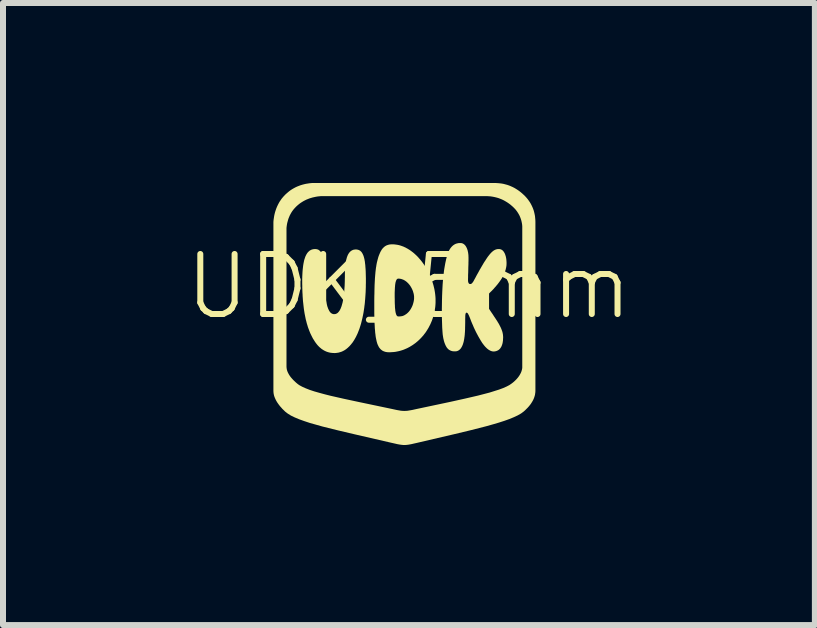
<source format=kicad_pcb>
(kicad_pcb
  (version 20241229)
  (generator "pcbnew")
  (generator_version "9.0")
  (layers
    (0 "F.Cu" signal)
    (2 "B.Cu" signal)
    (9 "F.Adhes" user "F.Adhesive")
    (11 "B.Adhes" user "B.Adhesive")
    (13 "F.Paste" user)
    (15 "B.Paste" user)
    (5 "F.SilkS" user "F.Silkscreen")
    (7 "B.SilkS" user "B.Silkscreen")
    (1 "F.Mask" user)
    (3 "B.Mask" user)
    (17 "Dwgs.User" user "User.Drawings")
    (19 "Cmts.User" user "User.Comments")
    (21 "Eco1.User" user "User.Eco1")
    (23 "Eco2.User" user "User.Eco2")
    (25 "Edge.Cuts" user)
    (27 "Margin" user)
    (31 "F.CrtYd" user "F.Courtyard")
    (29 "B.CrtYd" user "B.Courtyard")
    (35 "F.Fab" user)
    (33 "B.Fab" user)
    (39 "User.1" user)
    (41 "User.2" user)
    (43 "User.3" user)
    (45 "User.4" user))
  (footprint "UDK_5mm"
    (layer "F.Cu")
    (at 3.764 2.225)
    (property "Reference" "UDK_5mm" (at 0 -0.5 0) (unlocked yes) (layer "F.SilkS") (effects (font (size 1 1) (thickness 0.1))))
    (attr smd)
    (fp_poly (pts (xy 1.485 -2.223) (xy 1.517 -2.22) (xy 1.549 -2.216) (xy 1.58 -2.21) (xy 1.61 -2.202) (xy 1.64 -2.194) (xy 1.669 -2.184) (xy 1.698 -2.172) (xy 1.727 -2.159) (xy 1.755 -2.145) (xy 1.782 -2.129) (xy 1.809 -2.112) (xy 1.835 -2.094) (xy 1.861 -2.074) (xy 1.886 -2.053) (xy 1.911 -2.03) (xy 1.935 -2.007) (xy 1.957 -1.983) (xy 1.978 -1.958) (xy 1.997 -1.932) (xy 2.015 -1.906) (xy 2.031 -1.879) (xy 2.045 -1.852) (xy 2.058 -1.824) (xy 2.07 -1.795) (xy 2.08 -1.766) (xy 2.088 -1.736) (xy 2.095 -1.705) (xy 2.101 -1.674) (xy 2.104 -1.642) (xy 2.107 -1.609) (xy 2.108 -1.576) (xy 2.108 1.237) (xy 2.107 1.26) (xy 2.104 1.282) (xy 2.101 1.304) (xy 2.095 1.326) (xy 2.088 1.348) (xy 2.08 1.369) (xy 2.07 1.391) (xy 2.058 1.413) (xy 2.045 1.434) (xy 2.031 1.456) (xy 2.015 1.477) (xy 1.997 1.499) (xy 1.978 1.52) (xy 1.957 1.541) (xy 1.935 1.563) (xy 1.911 1.584) (xy 1.891 1.599) (xy 1.869 1.615) (xy 1.815 1.646) (xy 1.751 1.676) (xy 1.677 1.707) (xy 1.593 1.737) (xy 1.5 1.767) (xy 1.398 1.797) (xy 1.288 1.828) (xy 1.042 1.891) (xy 0.768 1.957) (xy 0.143 2.103) (xy 0.072 2.119) (xy 0.042 2.126) (xy 0.015 2.131) (xy -0.009 2.135) (xy -0.032 2.138) (xy -0.054 2.14) (xy -0.075 2.14) (xy -0.097 2.14) (xy -0.118 2.138) (xy -0.141 2.135) (xy -0.166 2.131) (xy -0.193 2.126) (xy -0.223 2.119) (xy -0.294 2.103) (xy -0.918 1.959) (xy -1.193 1.894) (xy -1.438 1.833) (xy -1.651 1.773) (xy -1.744 1.742) (xy -1.828 1.712) (xy -1.902 1.681) (xy -1.966 1.65) (xy -2.019 1.617) (xy -2.062 1.584) (xy -2.085 1.561) (xy -2.108 1.539) (xy -2.128 1.516) (xy -2.148 1.494) (xy -2.165 1.472) (xy -2.181 1.45) (xy -2.196 1.428) (xy -2.209 1.406) (xy -2.22 1.385) (xy -2.23 1.363) (xy -2.239 1.342) (xy -2.246 1.321) (xy -2.251 1.3) (xy -2.255 1.279) (xy -2.257 1.258) (xy -2.258 1.237) (xy -2.258 -1.475) (xy -2.04 -1.475) (xy -2.04 0.832) (xy -2.039 0.849) (xy -2.037 0.866) (xy -2.034 0.884) (xy -2.029 0.901) (xy -2.023 0.918) (xy -2.015 0.936) (xy -2.006 0.953) (xy -1.996 0.971) (xy -1.984 0.989) (xy -1.971 1.007) (xy -1.956 1.025) (xy -1.94 1.043) (xy -1.923 1.061) (xy -1.904 1.079) (xy -1.884 1.098) (xy -1.863 1.116) (xy -1.845 1.13) (xy -1.825 1.144) (xy -1.777 1.17) (xy -1.719 1.196) (xy -1.653 1.222) (xy -1.577 1.247) (xy -1.493 1.271) (xy -1.401 1.296) (xy -1.302 1.321) (xy -1.081 1.371) (xy -0.834 1.424) (xy -0.272 1.542) (xy -0.208 1.556) (xy -0.181 1.561) (xy -0.157 1.565) (xy -0.135 1.569) (xy -0.114 1.571) (xy -0.094 1.572) (xy -0.075 1.573) (xy -0.056 1.572) (xy -0.036 1.571) (xy -0.016 1.569) (xy 0.006 1.565) (xy 0.031 1.561) (xy 0.058 1.556) (xy 0.121 1.542) (xy 0.683 1.423) (xy 0.931 1.368) (xy 1.151 1.317) (xy 1.343 1.267) (xy 1.502 1.217) (xy 1.569 1.192) (xy 1.626 1.167) (xy 1.674 1.142) (xy 1.712 1.116) (xy 1.734 1.099) (xy 1.754 1.082) (xy 1.773 1.064) (xy 1.79 1.047) (xy 1.806 1.029) (xy 1.82 1.012) (xy 1.833 0.994) (xy 1.845 0.976) (xy 1.855 0.958) (xy 1.864 0.941) (xy 1.872 0.923) (xy 1.878 0.905) (xy 1.883 0.887) (xy 1.887 0.869) (xy 1.889 0.851) (xy 1.889 0.832) (xy 1.889 -1.475) (xy 1.889 -1.502) (xy 1.887 -1.529) (xy 1.883 -1.555) (xy 1.878 -1.58) (xy 1.872 -1.605) (xy 1.864 -1.63) (xy 1.855 -1.654) (xy 1.845 -1.678) (xy 1.833 -1.701) (xy 1.82 -1.723) (xy 1.806 -1.745) (xy 1.79 -1.767) (xy 1.773 -1.788) (xy 1.754 -1.808) (xy 1.734 -1.828) (xy 1.712 -1.847) (xy 1.69 -1.866) (xy 1.667 -1.883) (xy 1.644 -1.899) (xy 1.62 -1.914) (xy 1.596 -1.928) (xy 1.572 -1.941) (xy 1.546 -1.953) (xy 1.521 -1.963) (xy 1.495 -1.973) (xy 1.468 -1.981) (xy 1.441 -1.988) (xy 1.414 -1.994) (xy 1.386 -1.999) (xy 1.358 -2.003) (xy 1.329 -2.005) (xy 1.3 -2.007) (xy -1.463 -2.007) (xy -1.493 -2.004) (xy -1.522 -2.001) (xy -1.551 -1.996) (xy -1.579 -1.99) (xy -1.606 -1.984) (xy -1.633 -1.976) (xy -1.659 -1.968) (xy -1.684 -1.958) (xy -1.709 -1.948) (xy -1.733 -1.936) (xy -1.756 -1.924) (xy -1.779 -1.91) (xy -1.801 -1.896) (xy -1.822 -1.881) (xy -1.843 -1.864) (xy -1.863 -1.847) (xy -1.882 -1.829) (xy -1.9 -1.81) (xy -1.917 -1.791) (xy -1.933 -1.771) (xy -1.948 -1.75) (xy -1.962 -1.728) (xy -1.974 -1.706) (xy -1.986 -1.683) (xy -1.996 -1.659) (xy -2.006 -1.635) (xy -2.014 -1.61) (xy -2.021 -1.584) (xy -2.028 -1.558) (xy -2.033 -1.531) (xy -2.037 -1.503) (xy -2.04 -1.475) (xy -2.258 -1.475) (xy -2.258 -1.576) (xy -2.255 -1.611) (xy -2.25 -1.645) (xy -2.245 -1.678) (xy -2.238 -1.71) (xy -2.23 -1.741) (xy -2.22 -1.772) (xy -2.21 -1.801) (xy -2.198 -1.83) (xy -2.185 -1.858) (xy -2.171 -1.885) (xy -2.156 -1.912) (xy -2.139 -1.937) (xy -2.122 -1.962) (xy -2.103 -1.985) (xy -2.083 -2.008) (xy -2.062 -2.03) (xy -2.039 -2.051) (xy -2.016 -2.071) (xy -1.993 -2.09) (xy -1.968 -2.108) (xy -1.943 -2.124) (xy -1.917 -2.139) (xy -1.891 -2.153) (xy -1.863 -2.166) (xy -1.835 -2.177) (xy -1.806 -2.188) (xy -1.776 -2.197) (xy -1.746 -2.205) (xy -1.715 -2.212) (xy -1.683 -2.217) (xy -1.65 -2.222) (xy -1.617 -2.225) (xy 1.453 -2.225)) (stroke (width 0) (type solid)) (fill yes) (layer "F.SilkS"))
    (fp_poly (pts (xy -1.555 -1.125) (xy -1.548 -1.124) (xy -1.542 -1.124) (xy -1.536 -1.122) (xy -1.53 -1.121) (xy -1.524 -1.119) (xy -1.518 -1.117) (xy -1.512 -1.115) (xy -1.507 -1.112) (xy -1.502 -1.109) (xy -1.497 -1.105) (xy -1.492 -1.101) (xy -1.487 -1.097) (xy -1.482 -1.093) (xy -1.477 -1.088) (xy -1.473 -1.083) (xy -1.469 -1.078) (xy -1.465 -1.072) (xy -1.461 -1.066) (xy -1.457 -1.059) (xy -1.453 -1.052) (xy -1.449 -1.044) (xy -1.446 -1.036) (xy -1.443 -1.028) (xy -1.439 -1.019) (xy -1.436 -1.01) (xy -1.433 -1) (xy -1.431 -0.99) (xy -1.428 -0.98) (xy -1.425 -0.969) (xy -1.421 -0.946) (xy -1.417 -0.921) (xy -1.413 -0.894) (xy -1.41 -0.865) (xy -1.408 -0.834) (xy -1.406 -0.801) (xy -1.405 -0.766) (xy -1.404 -0.729) (xy -1.404 -0.689) (xy -1.403 -0.642) (xy -1.403 -0.594) (xy -1.403 -0.571) (xy -1.402 -0.547) (xy -1.401 -0.524) (xy -1.401 -0.501) (xy -1.4 -0.479) (xy -1.399 -0.457) (xy -1.397 -0.435) (xy -1.396 -0.413) (xy -1.395 -0.392) (xy -1.393 -0.371) (xy -1.391 -0.351) (xy -1.389 -0.331) (xy -1.387 -0.312) (xy -1.384 -0.293) (xy -1.382 -0.275) (xy -1.379 -0.258) (xy -1.374 -0.234) (xy -1.37 -0.211) (xy -1.367 -0.2) (xy -1.364 -0.19) (xy -1.362 -0.179) (xy -1.359 -0.169) (xy -1.356 -0.16) (xy -1.352 -0.15) (xy -1.349 -0.141) (xy -1.346 -0.132) (xy -1.342 -0.124) (xy -1.338 -0.115) (xy -1.334 -0.108) (xy -1.331 -0.1) (xy -1.326 -0.093) (xy -1.322 -0.086) (xy -1.318 -0.08) (xy -1.313 -0.074) (xy -1.308 -0.068) (xy -1.303 -0.063) (xy -1.298 -0.059) (xy -1.293 -0.055) (xy -1.288 -0.052) (xy -1.282 -0.049) (xy -1.276 -0.046) (xy -1.27 -0.044) (xy -1.264 -0.042) (xy -1.258 -0.041) (xy -1.251 -0.04) (xy -1.244 -0.04) (xy -1.24 -0.04) (xy -1.236 -0.041) (xy -1.231 -0.041) (xy -1.227 -0.042) (xy -1.223 -0.043) (xy -1.219 -0.044) (xy -1.215 -0.045) (xy -1.211 -0.047) (xy -1.207 -0.049) (xy -1.203 -0.051) (xy -1.199 -0.053) (xy -1.195 -0.055) (xy -1.192 -0.058) (xy -1.188 -0.061) (xy -1.184 -0.064) (xy -1.181 -0.067) (xy -1.178 -0.071) (xy -1.174 -0.075) (xy -1.171 -0.078) (xy -1.168 -0.082) (xy -1.165 -0.087) (xy -1.161 -0.091) (xy -1.158 -0.095) (xy -1.155 -0.1) (xy -1.152 -0.105) (xy -1.15 -0.11) (xy -1.147 -0.115) (xy -1.144 -0.12) (xy -1.141 -0.126) (xy -1.139 -0.131) (xy -1.136 -0.137) (xy -1.134 -0.143) (xy -1.129 -0.155) (xy -1.124 -0.168) (xy -1.12 -0.181) (xy -1.116 -0.195) (xy -1.112 -0.209) (xy -1.108 -0.224) (xy -1.104 -0.239) (xy -1.101 -0.255) (xy -1.096 -0.278) (xy -1.092 -0.302) (xy -1.088 -0.326) (xy -1.085 -0.351) (xy -1.082 -0.376) (xy -1.079 -0.403) (xy -1.077 -0.429) (xy -1.075 -0.456) (xy -1.073 -0.484) (xy -1.071 -0.511) (xy -1.07 -0.54) (xy -1.069 -0.568) (xy -1.068 -0.596) (xy -1.068 -0.625) (xy -1.067 -0.653) (xy -1.067 -0.681) (xy -1.067 -0.72) (xy -1.066 -0.756) (xy -1.064 -0.791) (xy -1.062 -0.824) (xy -1.059 -0.855) (xy -1.056 -0.883) (xy -1.052 -0.91) (xy -1.047 -0.935) (xy -1.044 -0.947) (xy -1.041 -0.958) (xy -1.038 -0.969) (xy -1.035 -0.98) (xy -1.032 -0.99) (xy -1.028 -1) (xy -1.025 -1.009) (xy -1.021 -1.018) (xy -1.017 -1.027) (xy -1.013 -1.035) (xy -1.009 -1.042) (xy -1.004 -1.05) (xy -1 -1.056) (xy -0.995 -1.063) (xy -0.99 -1.069) (xy -0.985 -1.075) (xy -0.98 -1.08) (xy -0.975 -1.085) (xy -0.969 -1.089) (xy -0.964 -1.094) (xy -0.958 -1.097) (xy -0.952 -1.101) (xy -0.946 -1.104) (xy -0.94 -1.107) (xy -0.934 -1.11) (xy -0.927 -1.112) (xy -0.92 -1.114) (xy -0.914 -1.115) (xy -0.907 -1.116) (xy -0.9 -1.117) (xy -0.893 -1.118) (xy -0.885 -1.118) (xy -0.877 -1.118) (xy -0.869 -1.117) (xy -0.861 -1.116) (xy -0.857 -1.115) (xy -0.853 -1.114) (xy -0.849 -1.113) (xy -0.846 -1.112) (xy -0.842 -1.111) (xy -0.838 -1.11) (xy -0.835 -1.109) (xy -0.832 -1.107) (xy -0.828 -1.105) (xy -0.825 -1.104) (xy -0.822 -1.102) (xy -0.818 -1.1) (xy -0.815 -1.098) (xy -0.812 -1.096) (xy -0.809 -1.094) (xy -0.806 -1.091) (xy -0.804 -1.089) (xy -0.801 -1.086) (xy -0.798 -1.083) (xy -0.795 -1.081) (xy -0.793 -1.078) (xy -0.79 -1.075) (xy -0.785 -1.068) (xy -0.781 -1.061) (xy -0.776 -1.054) (xy -0.772 -1.046) (xy -0.768 -1.038) (xy -0.764 -1.029) (xy -0.76 -1.02) (xy -0.756 -1.01) (xy -0.753 -1) (xy -0.75 -0.99) (xy -0.747 -0.979) (xy -0.744 -0.967) (xy -0.741 -0.955) (xy -0.739 -0.943) (xy -0.734 -0.916) (xy -0.731 -0.888) (xy -0.727 -0.858) (xy -0.725 -0.826) (xy -0.722 -0.791) (xy -0.72 -0.755) (xy -0.719 -0.717) (xy -0.718 -0.677) (xy -0.717 -0.635) (xy -0.717 -0.59) (xy -0.717 -0.559) (xy -0.718 -0.528) (xy -0.718 -0.497) (xy -0.719 -0.467) (xy -0.72 -0.436) (xy -0.721 -0.406) (xy -0.723 -0.376) (xy -0.725 -0.347) (xy -0.727 -0.318) (xy -0.729 -0.289) (xy -0.732 -0.26) (xy -0.734 -0.232) (xy -0.737 -0.204) (xy -0.741 -0.176) (xy -0.744 -0.149) (xy -0.748 -0.122) (xy -0.752 -0.096) (xy -0.756 -0.069) (xy -0.761 -0.043) (xy -0.766 -0.018) (xy -0.776 0.03) (xy -0.787 0.075) (xy -0.798 0.119) (xy -0.811 0.161) (xy -0.824 0.202) (xy -0.839 0.241) (xy -0.854 0.279) (xy -0.871 0.315) (xy -0.879 0.332) (xy -0.888 0.349) (xy -0.897 0.365) (xy -0.906 0.381) (xy -0.915 0.396) (xy -0.925 0.411) (xy -0.934 0.425) (xy -0.944 0.439) (xy -0.955 0.452) (xy -0.965 0.465) (xy -0.976 0.477) (xy -0.986 0.489) (xy -0.997 0.5) (xy -1.009 0.511) (xy -1.02 0.522) (xy -1.032 0.531) (xy -1.043 0.541) (xy -1.055 0.549) (xy -1.068 0.558) (xy -1.08 0.565) (xy -1.093 0.572) (xy -1.105 0.578) (xy -1.118 0.584) (xy -1.132 0.589) (xy -1.145 0.593) (xy -1.159 0.597) (xy -1.172 0.601) (xy -1.186 0.603) (xy -1.201 0.605) (xy -1.215 0.607) (xy -1.23 0.608) (xy -1.244 0.608) (xy -1.267 0.607) (xy -1.29 0.605) (xy -1.312 0.602) (xy -1.334 0.597) (xy -1.355 0.591) (xy -1.375 0.584) (xy -1.395 0.575) (xy -1.415 0.565) (xy -1.434 0.553) (xy -1.453 0.541) (xy -1.471 0.526) (xy -1.489 0.511) (xy -1.506 0.494) (xy -1.523 0.476) (xy -1.539 0.456) (xy -1.555 0.435) (xy -1.57 0.413) (xy -1.584 0.39) (xy -1.599 0.367) (xy -1.612 0.342) (xy -1.625 0.316) (xy -1.638 0.29) (xy -1.65 0.262) (xy -1.661 0.234) (xy -1.672 0.205) (xy -1.683 0.175) (xy -1.692 0.144) (xy -1.702 0.112) (xy -1.71 0.079) (xy -1.719 0.046) (xy -1.726 0.011) (xy -1.733 -0.024) (xy -1.738 -0.049) (xy -1.742 -0.074) (xy -1.746 -0.099) (xy -1.75 -0.125) (xy -1.753 -0.151) (xy -1.756 -0.177) (xy -1.759 -0.204) (xy -1.762 -0.231) (xy -1.765 -0.258) (xy -1.767 -0.285) (xy -1.769 -0.313) (xy -1.771 -0.341) (xy -1.772 -0.37) (xy -1.774 -0.398) (xy -1.775 -0.427) (xy -1.776 -0.457) (xy -1.777 -0.486) (xy -1.777 -0.516) (xy -1.778 -0.545) (xy -1.778 -0.575) (xy -1.778 -0.621) (xy -1.777 -0.664) (xy -1.775 -0.705) (xy -1.773 -0.745) (xy -1.77 -0.782) (xy -1.766 -0.817) (xy -1.762 -0.851) (xy -1.757 -0.882) (xy -1.754 -0.897) (xy -1.751 -0.912) (xy -1.748 -0.926) (xy -1.745 -0.94) (xy -1.741 -0.953) (xy -1.737 -0.965) (xy -1.733 -0.977) (xy -1.729 -0.989) (xy -1.725 -1) (xy -1.72 -1.011) (xy -1.715 -1.021) (xy -1.71 -1.031) (xy -1.705 -1.04) (xy -1.699 -1.049) (xy -1.694 -1.057) (xy -1.688 -1.065) (xy -1.682 -1.072) (xy -1.675 -1.079) (xy -1.669 -1.085) (xy -1.662 -1.091) (xy -1.655 -1.097) (xy -1.648 -1.102) (xy -1.64 -1.106) (xy -1.632 -1.11) (xy -1.624 -1.114) (xy -1.616 -1.117) (xy -1.608 -1.119) (xy -1.599 -1.121) (xy -1.59 -1.123) (xy -1.58 -1.124) (xy -1.571 -1.125) (xy -1.561 -1.125)) (stroke (width 0) (type solid)) (fill yes) (layer "F.SilkS"))
    (fp_poly (pts (xy -0.268 -1.203) (xy -0.253 -1.203) (xy -0.239 -1.202) (xy -0.224 -1.2) (xy -0.209 -1.198) (xy -0.194 -1.196) (xy -0.18 -1.193) (xy -0.165 -1.19) (xy -0.151 -1.186) (xy -0.137 -1.182) (xy -0.123 -1.177) (xy -0.109 -1.172) (xy -0.095 -1.167) (xy -0.081 -1.161) (xy -0.067 -1.154) (xy -0.053 -1.148) (xy -0.04 -1.14) (xy -0.026 -1.133) (xy -0.013 -1.125) (xy 0.000279 -1.117) (xy 0.013 -1.109) (xy 0.026 -1.1) (xy 0.039 -1.091) (xy 0.051 -1.081) (xy 0.064 -1.072) (xy 0.076 -1.062) (xy 0.088 -1.052) (xy 0.1 -1.041) (xy 0.112 -1.03) (xy 0.124 -1.019) (xy 0.136 -1.007) (xy 0.147 -0.996) (xy 0.169 -0.971) (xy 0.191 -0.946) (xy 0.212 -0.92) (xy 0.232 -0.893) (xy 0.251 -0.866) (xy 0.27 -0.838) (xy 0.288 -0.808) (xy 0.305 -0.779) (xy 0.321 -0.748) (xy 0.336 -0.717) (xy 0.35 -0.686) (xy 0.364 -0.655) (xy 0.376 -0.623) (xy 0.388 -0.591) (xy 0.398 -0.558) (xy 0.408 -0.525) (xy 0.416 -0.492) (xy 0.424 -0.459) (xy 0.43 -0.426) (xy 0.435 -0.394) (xy 0.439 -0.361) (xy 0.442 -0.329) (xy 0.444 -0.297) (xy 0.444 -0.264) (xy 0.444 -0.229) (xy 0.442 -0.195) (xy 0.439 -0.16) (xy 0.434 -0.126) (xy 0.429 -0.093) (xy 0.422 -0.06) (xy 0.414 -0.027) (xy 0.404 0.006) (xy 0.394 0.037) (xy 0.383 0.069) (xy 0.37 0.099) (xy 0.357 0.129) (xy 0.342 0.158) (xy 0.327 0.187) (xy 0.31 0.215) (xy 0.293 0.242) (xy 0.284 0.256) (xy 0.275 0.269) (xy 0.265 0.282) (xy 0.255 0.294) (xy 0.246 0.307) (xy 0.236 0.319) (xy 0.225 0.331) (xy 0.215 0.343) (xy 0.204 0.354) (xy 0.193 0.366) (xy 0.182 0.377) (xy 0.171 0.388) (xy 0.16 0.398) (xy 0.148 0.409) (xy 0.136 0.419) (xy 0.124 0.429) (xy 0.112 0.439) (xy 0.1 0.448) (xy 0.087 0.457) (xy 0.075 0.466) (xy 0.062 0.475) (xy 0.049 0.483) (xy 0.036 0.491) (xy 0.023 0.499) (xy 0.01 0.507) (xy -0.004 0.514) (xy -0.017 0.521) (xy -0.031 0.528) (xy -0.045 0.534) (xy -0.059 0.54) (xy -0.073 0.546) (xy -0.087 0.552) (xy -0.102 0.557) (xy -0.116 0.562) (xy -0.131 0.566) (xy -0.146 0.571) (xy -0.16 0.574) (xy -0.175 0.578) (xy -0.19 0.581) (xy -0.205 0.584) (xy -0.22 0.587) (xy -0.235 0.589) (xy -0.251 0.591) (xy -0.266 0.592) (xy -0.282 0.593) (xy -0.297 0.594) (xy -0.313 0.595) (xy -0.328 0.595) (xy -0.338 0.595) (xy -0.348 0.594) (xy -0.357 0.594) (xy -0.367 0.593) (xy -0.376 0.591) (xy -0.384 0.59) (xy -0.393 0.588) (xy -0.401 0.585) (xy -0.409 0.583) (xy -0.416 0.58) (xy -0.424 0.577) (xy -0.431 0.574) (xy -0.438 0.57) (xy -0.445 0.566) (xy -0.451 0.561) (xy -0.457 0.557) (xy -0.463 0.552) (xy -0.469 0.547) (xy -0.475 0.541) (xy -0.48 0.535) (xy -0.485 0.529) (xy -0.49 0.523) (xy -0.495 0.516) (xy -0.5 0.509) (xy -0.504 0.501) (xy -0.508 0.493) (xy -0.512 0.485) (xy -0.516 0.477) (xy -0.52 0.468) (xy -0.524 0.459) (xy -0.527 0.45) (xy -0.53 0.44) (xy -0.536 0.42) (xy -0.541 0.398) (xy -0.546 0.374) (xy -0.551 0.35) (xy -0.555 0.324) (xy -0.558 0.296) (xy -0.562 0.268) (xy -0.564 0.237) (xy -0.568 0.195) (xy -0.57 0.151) (xy -0.573 0.103) (xy -0.574 0.053) (xy -0.576 0.001) (xy -0.577 -0.054) (xy -0.577 -0.112) (xy -0.577 -0.172) (xy -0.577 -0.264) (xy -0.576 -0.353) (xy -0.575 -0.373) (xy -0.237 -0.373) (xy -0.237 -0.328) (xy -0.236 -0.286) (xy -0.236 -0.247) (xy -0.235 -0.212) (xy -0.234 -0.195) (xy -0.233 -0.179) (xy -0.233 -0.164) (xy -0.232 -0.149) (xy -0.231 -0.136) (xy -0.229 -0.123) (xy -0.228 -0.11) (xy -0.227 -0.099) (xy -0.225 -0.087) (xy -0.223 -0.075) (xy -0.222 -0.07) (xy -0.221 -0.065) (xy -0.22 -0.06) (xy -0.218 -0.055) (xy -0.217 -0.05) (xy -0.216 -0.046) (xy -0.215 -0.042) (xy -0.213 -0.038) (xy -0.212 -0.034) (xy -0.21 -0.03) (xy -0.209 -0.027) (xy -0.207 -0.024) (xy -0.205 -0.021) (xy -0.204 -0.018) (xy -0.202 -0.015) (xy -0.2 -0.013) (xy -0.198 -0.011) (xy -0.196 -0.009) (xy -0.194 -0.007) (xy -0.192 -0.005) (xy -0.19 -0.004) (xy -0.188 -0.002) (xy -0.186 -0.001) (xy -0.183 -0.000313) (xy -0.181 0.000371) (xy -0.179 0.001) (xy -0.176 0.001) (xy -0.174 0.001) (xy -0.167 0.001) (xy -0.161 0.001) (xy -0.155 0.001) (xy -0.149 0) (xy -0.143 -0.001) (xy -0.137 -0.002) (xy -0.131 -0.003) (xy -0.126 -0.004) (xy -0.12 -0.005) (xy -0.114 -0.007) (xy -0.109 -0.008) (xy -0.103 -0.01) (xy -0.098 -0.012) (xy -0.093 -0.014) (xy -0.088 -0.016) (xy -0.082 -0.019) (xy -0.077 -0.021) (xy -0.072 -0.024) (xy -0.067 -0.027) (xy -0.062 -0.03) (xy -0.058 -0.033) (xy -0.053 -0.036) (xy -0.048 -0.039) (xy -0.044 -0.042) (xy -0.039 -0.045) (xy -0.035 -0.049) (xy -0.031 -0.053) (xy -0.026 -0.056) (xy -0.022 -0.06) (xy -0.018 -0.064) (xy -0.014 -0.068) (xy -0.01 -0.072) (xy -0.002 -0.08) (xy 0.005 -0.089) (xy 0.012 -0.098) (xy 0.019 -0.107) (xy 0.025 -0.117) (xy 0.032 -0.127) (xy 0.037 -0.137) (xy 0.043 -0.147) (xy 0.048 -0.158) (xy 0.053 -0.168) (xy 0.058 -0.179) (xy 0.062 -0.19) (xy 0.066 -0.201) (xy 0.069 -0.211) (xy 0.072 -0.222) (xy 0.075 -0.233) (xy 0.078 -0.244) (xy 0.08 -0.255) (xy 0.082 -0.266) (xy 0.084 -0.277) (xy 0.085 -0.287) (xy 0.086 -0.298) (xy 0.086 -0.308) (xy 0.086 -0.318) (xy 0.086 -0.328) (xy 0.086 -0.337) (xy 0.085 -0.347) (xy 0.083 -0.357) (xy 0.082 -0.368) (xy 0.08 -0.378) (xy 0.077 -0.389) (xy 0.074 -0.399) (xy 0.071 -0.41) (xy 0.068 -0.421) (xy 0.064 -0.432) (xy 0.059 -0.442) (xy 0.055 -0.453) (xy 0.05 -0.463) (xy 0.045 -0.473) (xy 0.039 -0.484) (xy 0.036 -0.489) (xy 0.033 -0.494) (xy 0.03 -0.499) (xy 0.027 -0.504) (xy 0.024 -0.509) (xy 0.021 -0.514) (xy 0.017 -0.518) (xy 0.014 -0.523) (xy 0.01 -0.528) (xy 0.007 -0.532) (xy 0.003 -0.537) (xy -0.001 -0.541) (xy -0.005 -0.545) (xy -0.008 -0.55) (xy -0.012 -0.554) (xy -0.016 -0.558) (xy -0.02 -0.562) (xy -0.025 -0.566) (xy -0.029 -0.57) (xy -0.033 -0.574) (xy -0.037 -0.578) (xy -0.042 -0.581) (xy -0.046 -0.585) (xy -0.051 -0.588) (xy -0.055 -0.591) (xy -0.06 -0.595) (xy -0.065 -0.598) (xy -0.07 -0.601) (xy -0.074 -0.604) (xy -0.079 -0.606) (xy -0.084 -0.609) (xy -0.089 -0.612) (xy -0.094 -0.614) (xy -0.099 -0.616) (xy -0.105 -0.618) (xy -0.11 -0.62) (xy -0.115 -0.622) (xy -0.121 -0.624) (xy -0.126 -0.625) (xy -0.131 -0.627) (xy -0.137 -0.628) (xy -0.143 -0.629) (xy -0.148 -0.63) (xy -0.154 -0.631) (xy -0.16 -0.631) (xy -0.165 -0.631) (xy -0.171 -0.632) (xy -0.177 -0.632) (xy -0.18 -0.632) (xy -0.181 -0.632) (xy -0.182 -0.631) (xy -0.183 -0.631) (xy -0.184 -0.631) (xy -0.185 -0.631) (xy -0.186 -0.63) (xy -0.188 -0.63) (xy -0.189 -0.63) (xy -0.19 -0.629) (xy -0.191 -0.629) (xy -0.192 -0.628) (xy -0.193 -0.627) (xy -0.195 -0.626) (xy -0.197 -0.625) (xy -0.199 -0.623) (xy -0.2 -0.621) (xy -0.202 -0.619) (xy -0.204 -0.617) (xy -0.206 -0.614) (xy -0.207 -0.612) (xy -0.209 -0.609) (xy -0.21 -0.606) (xy -0.212 -0.603) (xy -0.214 -0.596) (xy -0.217 -0.589) (xy -0.219 -0.581) (xy -0.222 -0.573) (xy -0.224 -0.563) (xy -0.226 -0.553) (xy -0.227 -0.543) (xy -0.23 -0.526) (xy -0.231 -0.507) (xy -0.233 -0.487) (xy -0.234 -0.466) (xy -0.235 -0.444) (xy -0.236 -0.421) (xy -0.237 -0.397) (xy -0.237 -0.373) (xy -0.575 -0.373) (xy -0.574 -0.439) (xy -0.572 -0.522) (xy -0.57 -0.562) (xy -0.568 -0.6) (xy -0.566 -0.638) (xy -0.563 -0.675) (xy -0.56 -0.71) (xy -0.557 -0.745) (xy -0.553 -0.778) (xy -0.549 -0.811) (xy -0.545 -0.833) (xy -0.542 -0.855) (xy -0.538 -0.877) (xy -0.534 -0.898) (xy -0.529 -0.918) (xy -0.524 -0.938) (xy -0.519 -0.957) (xy -0.514 -0.975) (xy -0.509 -0.993) (xy -0.503 -1.01) (xy -0.497 -1.026) (xy -0.49 -1.042) (xy -0.484 -1.057) (xy -0.477 -1.072) (xy -0.47 -1.086) (xy -0.462 -1.099) (xy -0.455 -1.112) (xy -0.446 -1.124) (xy -0.438 -1.135) (xy -0.428 -1.145) (xy -0.419 -1.154) (xy -0.409 -1.163) (xy -0.398 -1.171) (xy -0.387 -1.178) (xy -0.376 -1.184) (xy -0.364 -1.189) (xy -0.352 -1.193) (xy -0.339 -1.197) (xy -0.326 -1.2) (xy -0.312 -1.202) (xy -0.298 -1.203) (xy -0.284 -1.204)) (stroke (width 0) (type solid)) (fill yes) (layer "F.SilkS"))
    (fp_poly (pts (xy 0.864 -1.225) (xy 0.868 -1.225) (xy 0.872 -1.224) (xy 0.875 -1.224) (xy 0.879 -1.223) (xy 0.883 -1.222) (xy 0.886 -1.221) (xy 0.89 -1.22) (xy 0.893 -1.219) (xy 0.897 -1.217) (xy 0.9 -1.216) (xy 0.903 -1.214) (xy 0.907 -1.212) (xy 0.91 -1.211) (xy 0.913 -1.208) (xy 0.916 -1.206) (xy 0.919 -1.204) (xy 0.925 -1.199) (xy 0.931 -1.193) (xy 0.936 -1.187) (xy 0.942 -1.181) (xy 0.947 -1.173) (xy 0.952 -1.166) (xy 0.956 -1.157) (xy 0.961 -1.149) (xy 0.965 -1.14) (xy 0.969 -1.13) (xy 0.972 -1.121) (xy 0.976 -1.111) (xy 0.979 -1.1) (xy 0.981 -1.089) (xy 0.984 -1.078) (xy 0.986 -1.067) (xy 0.988 -1.055) (xy 0.989 -1.043) (xy 0.991 -1.03) (xy 0.992 -1.018) (xy 0.992 -1.004) (xy 0.993 -0.991) (xy 0.993 -0.977) (xy 0.993 -0.952) (xy 0.993 -0.926) (xy 0.992 -0.901) (xy 0.992 -0.875) (xy 0.99 -0.825) (xy 0.989 -0.777) (xy 0.988 -0.733) (xy 0.986 -0.692) (xy 0.986 -0.656) (xy 0.985 -0.625) (xy 0.985 -0.619) (xy 0.985 -0.613) (xy 0.985 -0.607) (xy 0.985 -0.602) (xy 0.985 -0.597) (xy 0.986 -0.592) (xy 0.986 -0.589) (xy 0.986 -0.585) (xy 0.987 -0.582) (xy 0.987 -0.58) (xy 0.988 -0.577) (xy 0.989 -0.574) (xy 0.989 -0.572) (xy 0.99 -0.57) (xy 0.991 -0.567) (xy 0.992 -0.565) (xy 0.992 -0.563) (xy 0.993 -0.561) (xy 0.994 -0.559) (xy 0.995 -0.558) (xy 0.996 -0.556) (xy 0.997 -0.555) (xy 0.998 -0.553) (xy 0.999 -0.552) (xy 1 -0.551) (xy 1.001 -0.549) (xy 1.002 -0.548) (xy 1.004 -0.547) (xy 1.005 -0.546) (xy 1.007 -0.546) (xy 1.008 -0.545) (xy 1.01 -0.544) (xy 1.012 -0.544) (xy 1.013 -0.543) (xy 1.015 -0.543) (xy 1.017 -0.542) (xy 1.019 -0.542) (xy 1.022 -0.542) (xy 1.024 -0.542) (xy 1.026 -0.542) (xy 1.028 -0.542) (xy 1.029 -0.542) (xy 1.031 -0.542) (xy 1.032 -0.543) (xy 1.034 -0.543) (xy 1.036 -0.544) (xy 1.037 -0.545) (xy 1.039 -0.546) (xy 1.041 -0.547) (xy 1.043 -0.548) (xy 1.045 -0.55) (xy 1.046 -0.551) (xy 1.048 -0.553) (xy 1.05 -0.554) (xy 1.052 -0.556) (xy 1.054 -0.558) (xy 1.056 -0.56) (xy 1.058 -0.563) (xy 1.062 -0.568) (xy 1.066 -0.574) (xy 1.071 -0.58) (xy 1.075 -0.587) (xy 1.079 -0.594) (xy 1.084 -0.603) (xy 1.088 -0.611) (xy 1.109 -0.649) (xy 1.131 -0.691) (xy 1.156 -0.735) (xy 1.182 -0.783) (xy 1.196 -0.806) (xy 1.209 -0.829) (xy 1.222 -0.851) (xy 1.235 -0.873) (xy 1.247 -0.894) (xy 1.26 -0.914) (xy 1.273 -0.933) (xy 1.285 -0.952) (xy 1.29 -0.96) (xy 1.304 -0.98) (xy 1.31 -0.99) (xy 1.317 -0.999) (xy 1.324 -1.008) (xy 1.331 -1.017) (xy 1.337 -1.025) (xy 1.344 -1.033) (xy 1.35 -1.041) (xy 1.356 -1.048) (xy 1.363 -1.055) (xy 1.369 -1.061) (xy 1.375 -1.068) (xy 1.381 -1.074) (xy 1.387 -1.079) (xy 1.393 -1.084) (xy 1.399 -1.089) (xy 1.405 -1.094) (xy 1.411 -1.098) (xy 1.417 -1.102) (xy 1.424 -1.106) (xy 1.43 -1.109) (xy 1.436 -1.112) (xy 1.442 -1.115) (xy 1.449 -1.117) (xy 1.455 -1.119) (xy 1.462 -1.121) (xy 1.468 -1.123) (xy 1.475 -1.124) (xy 1.482 -1.124) (xy 1.488 -1.125) (xy 1.495 -1.125) (xy 1.501 -1.125) (xy 1.507 -1.125) (xy 1.512 -1.124) (xy 1.518 -1.123) (xy 1.523 -1.122) (xy 1.528 -1.12) (xy 1.533 -1.119) (xy 1.538 -1.117) (xy 1.543 -1.114) (xy 1.547 -1.112) (xy 1.552 -1.109) (xy 1.556 -1.106) (xy 1.56 -1.103) (xy 1.564 -1.099) (xy 1.568 -1.095) (xy 1.572 -1.091) (xy 1.575 -1.087) (xy 1.579 -1.082) (xy 1.582 -1.077) (xy 1.585 -1.073) (xy 1.588 -1.068) (xy 1.591 -1.062) (xy 1.594 -1.057) (xy 1.597 -1.052) (xy 1.599 -1.046) (xy 1.602 -1.04) (xy 1.604 -1.034) (xy 1.606 -1.028) (xy 1.608 -1.022) (xy 1.61 -1.016) (xy 1.612 -1.009) (xy 1.614 -1.003) (xy 1.617 -0.989) (xy 1.62 -0.975) (xy 1.622 -0.961) (xy 1.624 -0.947) (xy 1.625 -0.933) (xy 1.626 -0.919) (xy 1.627 -0.904) (xy 1.627 -0.889) (xy 1.627 -0.881) (xy 1.627 -0.873) (xy 1.626 -0.864) (xy 1.626 -0.856) (xy 1.625 -0.847) (xy 1.624 -0.838) (xy 1.622 -0.83) (xy 1.621 -0.821) (xy 1.619 -0.813) (xy 1.617 -0.804) (xy 1.615 -0.795) (xy 1.613 -0.787) (xy 1.611 -0.778) (xy 1.608 -0.769) (xy 1.605 -0.761) (xy 1.602 -0.752) (xy 1.599 -0.743) (xy 1.596 -0.734) (xy 1.592 -0.726) (xy 1.589 -0.717) (xy 1.585 -0.708) (xy 1.581 -0.699) (xy 1.577 -0.69) (xy 1.572 -0.681) (xy 1.568 -0.672) (xy 1.563 -0.664) (xy 1.558 -0.655) (xy 1.553 -0.646) (xy 1.548 -0.637) (xy 1.542 -0.628) (xy 1.536 -0.619) (xy 1.531 -0.61) (xy 1.523 -0.6) (xy 1.516 -0.59) (xy 1.509 -0.579) (xy 1.501 -0.569) (xy 1.493 -0.558) (xy 1.485 -0.548) (xy 1.477 -0.537) (xy 1.468 -0.527) (xy 1.459 -0.516) (xy 1.451 -0.506) (xy 1.442 -0.496) (xy 1.433 -0.486) (xy 1.424 -0.476) (xy 1.416 -0.466) (xy 1.407 -0.456) (xy 1.398 -0.447) (xy 1.38 -0.428) (xy 1.362 -0.411) (xy 1.345 -0.394) (xy 1.329 -0.378) (xy 1.319 -0.369) (xy 1.311 -0.362) (xy 1.303 -0.354) (xy 1.296 -0.347) (xy 1.289 -0.34) (xy 1.283 -0.334) (xy 1.278 -0.328) (xy 1.273 -0.322) (xy 1.271 -0.319) (xy 1.269 -0.316) (xy 1.267 -0.314) (xy 1.265 -0.311) (xy 1.264 -0.308) (xy 1.262 -0.306) (xy 1.261 -0.303) (xy 1.26 -0.3) (xy 1.259 -0.298) (xy 1.258 -0.295) (xy 1.257 -0.293) (xy 1.256 -0.29) (xy 1.256 -0.288) (xy 1.256 -0.285) (xy 1.255 -0.283) (xy 1.255 -0.281) (xy 1.255 -0.278) (xy 1.255 -0.276) (xy 1.256 -0.274) (xy 1.256 -0.271) (xy 1.256 -0.269) (xy 1.256 -0.267) (xy 1.257 -0.265) (xy 1.257 -0.262) (xy 1.257 -0.26) (xy 1.258 -0.258) (xy 1.259 -0.256) (xy 1.259 -0.254) (xy 1.26 -0.251) (xy 1.261 -0.249) (xy 1.261 -0.247) (xy 1.262 -0.245) (xy 1.264 -0.24) (xy 1.266 -0.236) (xy 1.269 -0.23) (xy 1.272 -0.224) (xy 1.276 -0.218) (xy 1.28 -0.212) (xy 1.284 -0.205) (xy 1.289 -0.197) (xy 1.305 -0.174) (xy 1.324 -0.145) (xy 1.346 -0.112) (xy 1.37 -0.076) (xy 1.395 -0.04) (xy 1.418 -0.004) (xy 1.441 0.03) (xy 1.461 0.061) (xy 1.47 0.074) (xy 1.477 0.086) (xy 1.48 0.092) (xy 1.483 0.097) (xy 1.486 0.101) (xy 1.489 0.105) (xy 1.499 0.123) (xy 1.508 0.14) (xy 1.517 0.157) (xy 1.525 0.173) (xy 1.533 0.189) (xy 1.539 0.204) (xy 1.545 0.219) (xy 1.55 0.233) (xy 1.555 0.247) (xy 1.559 0.261) (xy 1.562 0.275) (xy 1.565 0.289) (xy 1.566 0.295) (xy 1.567 0.302) (xy 1.568 0.309) (xy 1.568 0.316) (xy 1.569 0.322) (xy 1.569 0.329) (xy 1.57 0.335) (xy 1.57 0.342) (xy 1.57 0.353) (xy 1.569 0.363) (xy 1.569 0.373) (xy 1.568 0.383) (xy 1.568 0.393) (xy 1.567 0.402) (xy 1.566 0.411) (xy 1.564 0.42) (xy 1.563 0.429) (xy 1.562 0.437) (xy 1.56 0.445) (xy 1.558 0.453) (xy 1.556 0.46) (xy 1.554 0.467) (xy 1.551 0.474) (xy 1.549 0.481) (xy 1.546 0.488) (xy 1.543 0.494) (xy 1.541 0.5) (xy 1.538 0.506) (xy 1.534 0.511) (xy 1.531 0.516) (xy 1.528 0.522) (xy 1.524 0.527) (xy 1.521 0.531) (xy 1.517 0.536) (xy 1.513 0.54) (xy 1.509 0.544) (xy 1.505 0.548) (xy 1.501 0.551) (xy 1.497 0.555) (xy 1.492 0.558) (xy 1.488 0.561) (xy 1.483 0.563) (xy 1.478 0.566) (xy 1.474 0.568) (xy 1.469 0.57) (xy 1.464 0.572) (xy 1.459 0.574) (xy 1.454 0.576) (xy 1.449 0.577) (xy 1.443 0.578) (xy 1.438 0.58) (xy 1.433 0.58) (xy 1.427 0.581) (xy 1.422 0.582) (xy 1.416 0.582) (xy 1.41 0.582) (xy 1.405 0.582) (xy 1.4 0.581) (xy 1.394 0.581) (xy 1.389 0.58) (xy 1.383 0.578) (xy 1.378 0.577) (xy 1.372 0.575) (xy 1.367 0.573) (xy 1.361 0.571) (xy 1.355 0.568) (xy 1.349 0.565) (xy 1.344 0.562) (xy 1.338 0.559) (xy 1.332 0.555) (xy 1.326 0.551) (xy 1.32 0.547) (xy 1.314 0.542) (xy 1.308 0.538) (xy 1.302 0.532) (xy 1.296 0.527) (xy 1.29 0.521) (xy 1.284 0.515) (xy 1.278 0.509) (xy 1.272 0.503) (xy 1.266 0.496) (xy 1.26 0.489) (xy 1.247 0.473) (xy 1.235 0.457) (xy 1.222 0.44) (xy 1.204 0.411) (xy 1.195 0.397) (xy 1.187 0.383) (xy 1.179 0.369) (xy 1.171 0.356) (xy 1.164 0.343) (xy 1.156 0.33) (xy 1.143 0.305) (xy 1.13 0.281) (xy 1.118 0.258) (xy 1.107 0.235) (xy 1.097 0.214) (xy 1.087 0.193) (xy 1.078 0.173) (xy 1.07 0.153) (xy 1.054 0.117) (xy 1.04 0.084) (xy 1.029 0.055) (xy 1.02 0.031) (xy 1.011 0.009) (xy 1.004 -0.008) (xy 1.001 -0.016) (xy 0.997 -0.023) (xy 0.994 -0.029) (xy 0.991 -0.035) (xy 0.989 -0.04) (xy 0.987 -0.043) (xy 0.986 -0.045) (xy 0.985 -0.047) (xy 0.983 -0.049) (xy 0.982 -0.051) (xy 0.981 -0.052) (xy 0.98 -0.054) (xy 0.978 -0.055) (xy 0.977 -0.057) (xy 0.976 -0.058) (xy 0.975 -0.059) (xy 0.973 -0.06) (xy 0.972 -0.061) (xy 0.971 -0.062) (xy 0.97 -0.062) (xy 0.968 -0.063) (xy 0.967 -0.064) (xy 0.966 -0.064) (xy 0.965 -0.064) (xy 0.963 -0.065) (xy 0.962 -0.065) (xy 0.961 -0.065) (xy 0.959 -0.065) (xy 0.958 -0.065) (xy 0.958 -0.064) (xy 0.957 -0.064) (xy 0.956 -0.064) (xy 0.956 -0.064) (xy 0.955 -0.064) (xy 0.954 -0.063) (xy 0.954 -0.063) (xy 0.953 -0.062) (xy 0.952 -0.061) (xy 0.95 -0.06) (xy 0.949 -0.058) (xy 0.948 -0.057) (xy 0.947 -0.055) (xy 0.947 -0.053) (xy 0.946 -0.051) (xy 0.945 -0.049) (xy 0.944 -0.047) (xy 0.944 -0.044) (xy 0.942 -0.039) (xy 0.941 -0.033) (xy 0.941 -0.027) (xy 0.94 -0.02) (xy 0.939 -0.013) (xy 0.939 -0.006) (xy 0.939 0.002) (xy 0.939 0.01) (xy 0.939 0.013) (xy 0.938 0.043) (xy 0.938 0.068) (xy 0.938 0.096) (xy 0.937 0.155) (xy 0.936 0.185) (xy 0.936 0.213) (xy 0.935 0.225) (xy 0.935 0.237) (xy 0.934 0.247) (xy 0.934 0.256) (xy 0.932 0.277) (xy 0.931 0.297) (xy 0.929 0.316) (xy 0.927 0.335) (xy 0.924 0.353) (xy 0.922 0.37) (xy 0.919 0.386) (xy 0.916 0.402) (xy 0.913 0.417) (xy 0.909 0.432) (xy 0.905 0.445) (xy 0.901 0.458) (xy 0.897 0.47) (xy 0.892 0.482) (xy 0.887 0.493) (xy 0.882 0.503) (xy 0.877 0.512) (xy 0.871 0.521) (xy 0.866 0.529) (xy 0.86 0.537) (xy 0.853 0.544) (xy 0.846 0.55) (xy 0.84 0.556) (xy 0.832 0.561) (xy 0.825 0.566) (xy 0.817 0.57) (xy 0.809 0.573) (xy 0.801 0.576) (xy 0.792 0.578) (xy 0.783 0.579) (xy 0.774 0.58) (xy 0.765 0.58) (xy 0.753 0.58) (xy 0.742 0.579) (xy 0.736 0.579) (xy 0.731 0.578) (xy 0.726 0.577) (xy 0.721 0.576) (xy 0.716 0.575) (xy 0.711 0.573) (xy 0.706 0.572) (xy 0.701 0.57) (xy 0.696 0.568) (xy 0.692 0.566) (xy 0.687 0.564) (xy 0.683 0.562) (xy 0.679 0.56) (xy 0.674 0.557) (xy 0.67 0.554) (xy 0.666 0.552) (xy 0.662 0.549) (xy 0.658 0.545) (xy 0.655 0.542) (xy 0.651 0.539) (xy 0.648 0.535) (xy 0.644 0.532) (xy 0.641 0.528) (xy 0.638 0.524) (xy 0.634 0.52) (xy 0.631 0.515) (xy 0.628 0.511) (xy 0.625 0.506) (xy 0.62 0.497) (xy 0.615 0.487) (xy 0.609 0.477) (xy 0.605 0.466) (xy 0.6 0.454) (xy 0.595 0.442) (xy 0.591 0.43) (xy 0.587 0.417) (xy 0.583 0.404) (xy 0.58 0.39) (xy 0.573 0.361) (xy 0.568 0.33) (xy 0.563 0.297) (xy 0.561 0.271) (xy 0.559 0.244) (xy 0.557 0.215) (xy 0.555 0.186) (xy 0.554 0.155) (xy 0.553 0.124) (xy 0.552 0.093) (xy 0.551 0.061) (xy 0.55 0.028) (xy 0.549 -0.004) (xy 0.549 -0.036) (xy 0.549 -0.068) (xy 0.549 -0.131) (xy 0.55 -0.191) (xy 0.551 -0.267) (xy 0.553 -0.343) (xy 0.556 -0.419) (xy 0.56 -0.496) (xy 0.562 -0.534) (xy 0.565 -0.572) (xy 0.568 -0.609) (xy 0.571 -0.647) (xy 0.575 -0.683) (xy 0.58 -0.72) (xy 0.584 -0.756) (xy 0.589 -0.791) (xy 0.595 -0.826) (xy 0.601 -0.86) (xy 0.607 -0.893) (xy 0.614 -0.925) (xy 0.621 -0.957) (xy 0.629 -0.987) (xy 0.637 -1.016) (xy 0.646 -1.045) (xy 0.65 -1.056) (xy 0.654 -1.068) (xy 0.659 -1.078) (xy 0.664 -1.089) (xy 0.668 -1.099) (xy 0.673 -1.108) (xy 0.679 -1.117) (xy 0.684 -1.126) (xy 0.689 -1.134) (xy 0.695 -1.142) (xy 0.701 -1.15) (xy 0.707 -1.157) (xy 0.713 -1.164) (xy 0.719 -1.17) (xy 0.725 -1.176) (xy 0.732 -1.182) (xy 0.738 -1.187) (xy 0.745 -1.192) (xy 0.752 -1.197) (xy 0.759 -1.201) (xy 0.766 -1.205) (xy 0.774 -1.209) (xy 0.781 -1.212) (xy 0.789 -1.215) (xy 0.797 -1.217) (xy 0.805 -1.219) (xy 0.813 -1.221) (xy 0.821 -1.223) (xy 0.83 -1.224) (xy 0.838 -1.225) (xy 0.847 -1.225) (xy 0.856 -1.225)) (stroke (width 0) (type solid)) (fill yes) (layer "F.SilkS")))
  (gr_rect
    (start -3 -3)
    (end 10.529 7.366)
    (stroke (width 0.1) (type default))
    (fill no)
    (layer "Edge.Cuts")))
</source>
